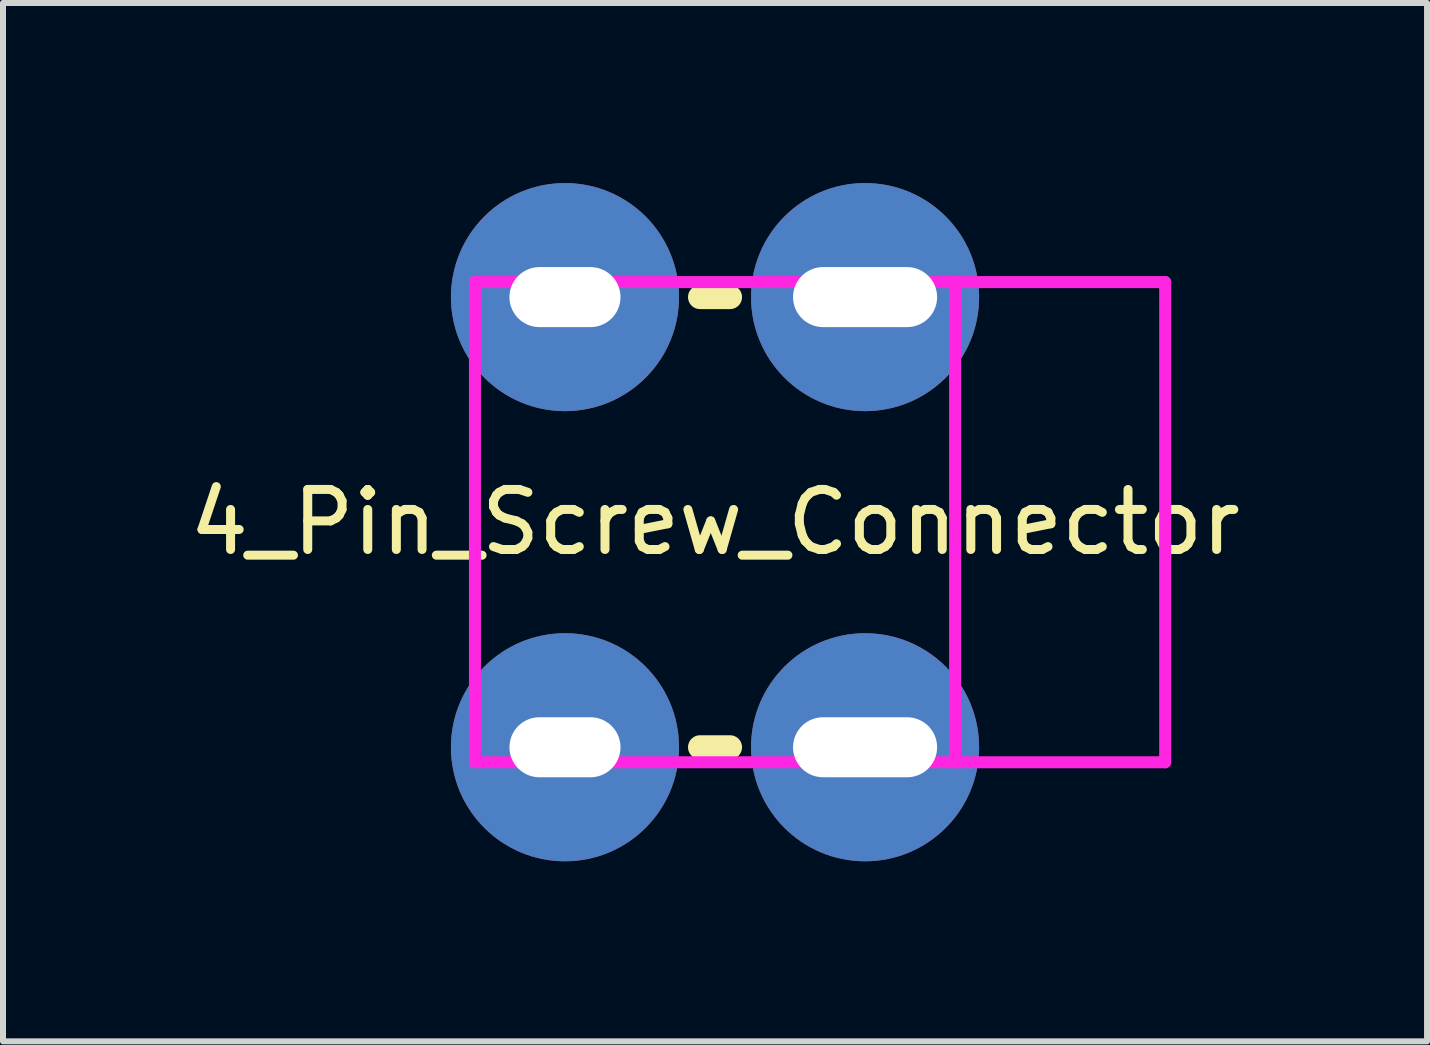
<source format=kicad_pcb>
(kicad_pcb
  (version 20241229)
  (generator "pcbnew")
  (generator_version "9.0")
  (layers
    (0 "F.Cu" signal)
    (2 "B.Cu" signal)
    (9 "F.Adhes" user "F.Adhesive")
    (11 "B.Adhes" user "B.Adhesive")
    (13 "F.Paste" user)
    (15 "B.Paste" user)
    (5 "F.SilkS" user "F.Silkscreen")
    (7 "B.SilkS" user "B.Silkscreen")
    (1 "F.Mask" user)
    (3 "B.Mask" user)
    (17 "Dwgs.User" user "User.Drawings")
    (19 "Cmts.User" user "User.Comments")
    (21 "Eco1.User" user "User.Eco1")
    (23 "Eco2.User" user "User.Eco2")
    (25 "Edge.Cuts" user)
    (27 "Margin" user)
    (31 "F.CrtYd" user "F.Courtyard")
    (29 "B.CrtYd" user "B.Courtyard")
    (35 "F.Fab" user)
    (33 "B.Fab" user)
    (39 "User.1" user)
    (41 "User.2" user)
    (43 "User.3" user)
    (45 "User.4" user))
  (footprint "4_Pin_Screw_Connector"
    (layer "F.Cu")
    (at 8.863 5.65)
    (property "Reference" "4_Pin_Screw_Connector" (at 0 0 0) (layer "F.SilkS") (effects (font (size 1 1) (thickness 0.15))))
    (attr through_hole)
    (fp_line (start -0.25 -3.75) (end 0.25 -3.75) (stroke (width 0.4) (type solid)) (layer "F.SilkS"))
    (fp_line (start -0.25 3.75) (end 0.25 3.75) (stroke (width 0.4) (type solid)) (layer "F.SilkS"))
    (fp_line (start -4 -4) (end 4 -4) (stroke (width 0.2) (type solid)) (layer "F.CrtYd"))
    (fp_line (start -4 4) (end -4 -4) (stroke (width 0.2) (type solid)) (layer "F.CrtYd"))
    (fp_line (start 4 -4) (end 4 4) (stroke (width 0.2) (type solid)) (layer "F.CrtYd"))
    (fp_line (start 4 -4) (end 7.5 -4) (stroke (width 0.2) (type solid)) (layer "F.CrtYd"))
    (fp_line (start 4 4) (end -4 4) (stroke (width 0.2) (type solid)) (layer "F.CrtYd"))
    (fp_line (start 7.5 -4) (end 7.5 4) (stroke (width 0.2) (type solid)) (layer "F.CrtYd"))
    (fp_line (start 7.5 4) (end 4 4) (stroke (width 0.2) (type solid)) (layer "F.CrtYd"))
    (pad "1" thru_hole circle (at -2.5 -3.75) (size 3.8 3.8) (drill oval 1.85 1) (layers "*.Cu" "*.Mask"))
    (pad "1" thru_hole circle (at -2.5 3.75) (size 3.8 3.8) (drill oval 1.85 1) (layers "*.Cu" "*.Mask"))
    (pad "1" thru_hole circle (at 2.5 -3.75) (size 3.8 3.8) (drill oval 2.4 1) (layers "*.Cu" "*.Mask"))
    (pad "1" thru_hole circle (at 2.5 3.75) (size 3.8 3.8) (drill oval 2.4 1) (layers "*.Cu" "*.Mask")))
  (gr_rect
    (start -3 -3)
    (end 20.726 14.3)
    (stroke (width 0.1) (type default))
    (fill no)
    (layer "Edge.Cuts")))
</source>
